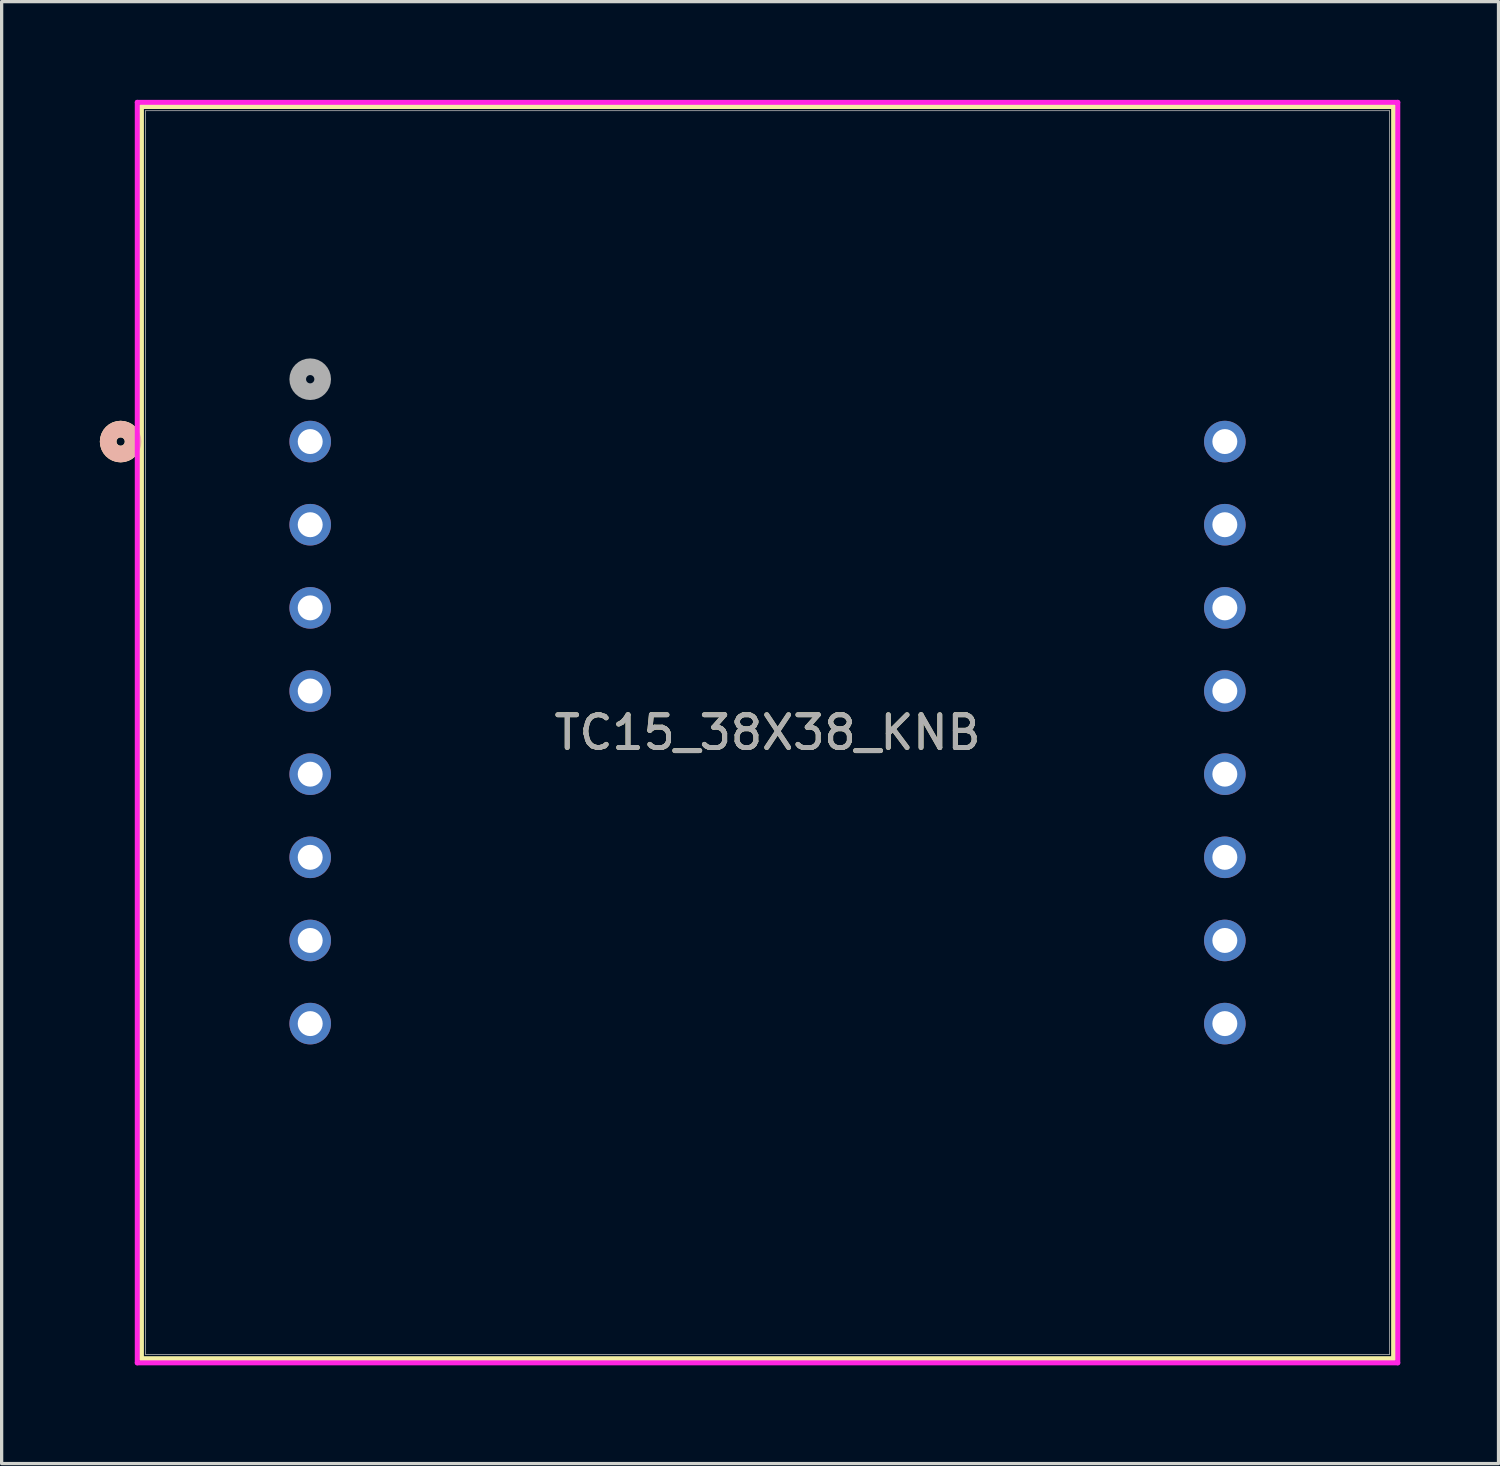
<source format=kicad_pcb>
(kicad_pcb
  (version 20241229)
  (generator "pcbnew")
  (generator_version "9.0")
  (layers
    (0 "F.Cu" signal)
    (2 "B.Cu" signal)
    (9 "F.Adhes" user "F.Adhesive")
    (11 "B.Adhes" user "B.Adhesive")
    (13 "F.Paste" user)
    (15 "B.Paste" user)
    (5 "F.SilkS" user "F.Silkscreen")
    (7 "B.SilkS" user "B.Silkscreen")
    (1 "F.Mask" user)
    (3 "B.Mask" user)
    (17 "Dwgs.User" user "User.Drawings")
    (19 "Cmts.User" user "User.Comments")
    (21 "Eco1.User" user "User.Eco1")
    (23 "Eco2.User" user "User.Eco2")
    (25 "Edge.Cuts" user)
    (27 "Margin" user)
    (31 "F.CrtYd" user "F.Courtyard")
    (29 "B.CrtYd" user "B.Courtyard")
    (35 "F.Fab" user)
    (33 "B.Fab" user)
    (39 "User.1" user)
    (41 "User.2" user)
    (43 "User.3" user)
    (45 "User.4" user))
  (footprint "TC15_38X38_KNB"
    (layer "F.Cu")
    (at 6.426 10.439)
    (property "Reference" "TC15_38X38_KNB" (at 13.97 8.89 0) (unlocked yes) (layer "F.SilkS") (effects (font (size 1 1) (thickness 0.15))))
    (attr through_hole)
    (fp_line (start -5.156 -10.236) (end -5.156 28.016) (stroke (width 0.152) (type solid)) (layer "F.SilkS"))
    (fp_line (start -5.156 28.016) (end 33.096 28.016) (stroke (width 0.152) (type solid)) (layer "F.SilkS"))
    (fp_line (start 33.096 -10.236) (end -5.156 -10.236) (stroke (width 0.152) (type solid)) (layer "F.SilkS"))
    (fp_line (start 33.096 28.016) (end 33.096 -10.236) (stroke (width 0.152) (type solid)) (layer "F.SilkS"))
    (fp_circle (center -5.791 0) (end -5.41 0) (stroke (width 0.508) (type solid)) (fill no) (layer "F.SilkS"))
    (fp_circle (center -5.791 0) (end -5.41 0) (stroke (width 0.508) (type solid)) (fill no) (layer "B.SilkS"))
    (fp_line (start -5.283 -10.363) (end -5.283 28.143) (stroke (width 0.152) (type solid)) (layer "F.CrtYd"))
    (fp_line (start -5.283 28.143) (end 33.223 28.143) (stroke (width 0.152) (type solid)) (layer "F.CrtYd"))
    (fp_line (start 33.223 -10.363) (end -5.283 -10.363) (stroke (width 0.152) (type solid)) (layer "F.CrtYd"))
    (fp_line (start 33.223 28.143) (end 33.223 -10.363) (stroke (width 0.152) (type solid)) (layer "F.CrtYd"))
    (fp_line (start -5.029 -10.109) (end -5.029 27.889) (stroke (width 0.025) (type solid)) (layer "F.Fab"))
    (fp_line (start -5.029 27.889) (end 32.969 27.889) (stroke (width 0.025) (type solid)) (layer "F.Fab"))
    (fp_line (start 32.969 -10.109) (end -5.029 -10.109) (stroke (width 0.025) (type solid)) (layer "F.Fab"))
    (fp_line (start 32.969 27.889) (end 32.969 -10.109) (stroke (width 0.025) (type solid)) (layer "F.Fab"))
    (fp_circle (center 0 -1.905) (end 0.381 -1.905) (stroke (width 0.508) (type solid)) (fill no) (layer "F.Fab"))
    (fp_text user "${REFERENCE}" (at 13.97 8.89 0) (unlocked yes) (layer "F.Fab") (effects (font (size 1 1) (thickness 0.15))))
    (pad "1" thru_hole circle (at 0 0) (size 1.27 1.27) (drill 0.762) (layers "*.Cu" "*.Mask"))
    (pad "2" thru_hole circle (at 0 2.54) (size 1.27 1.27) (drill 0.762) (layers "*.Cu" "*.Mask"))
    (pad "3" thru_hole circle (at 0 5.08) (size 1.27 1.27) (drill 0.762) (layers "*.Cu" "*.Mask"))
    (pad "4" thru_hole circle (at 0 7.62) (size 1.27 1.27) (drill 0.762) (layers "*.Cu" "*.Mask"))
    (pad "5" thru_hole circle (at 0 10.16) (size 1.27 1.27) (drill 0.762) (layers "*.Cu" "*.Mask"))
    (pad "6" thru_hole circle (at 0 12.7) (size 1.27 1.27) (drill 0.762) (layers "*.Cu" "*.Mask"))
    (pad "7" thru_hole circle (at 0 15.24) (size 1.27 1.27) (drill 0.762) (layers "*.Cu" "*.Mask"))
    (pad "8" thru_hole circle (at 0 17.78) (size 1.27 1.27) (drill 0.762) (layers "*.Cu" "*.Mask"))
    (pad "9" thru_hole circle (at 27.94 0) (size 1.27 1.27) (drill 0.762) (layers "*.Cu" "*.Mask"))
    (pad "10" thru_hole circle (at 27.94 2.54) (size 1.27 1.27) (drill 0.762) (layers "*.Cu" "*.Mask"))
    (pad "11" thru_hole circle (at 27.94 5.08) (size 1.27 1.27) (drill 0.762) (layers "*.Cu" "*.Mask"))
    (pad "12" thru_hole circle (at 27.94 7.62) (size 1.27 1.27) (drill 0.762) (layers "*.Cu" "*.Mask"))
    (pad "13" thru_hole circle (at 27.94 10.16) (size 1.27 1.27) (drill 0.762) (layers "*.Cu" "*.Mask"))
    (pad "14" thru_hole circle (at 27.94 12.7) (size 1.27 1.27) (drill 0.762) (layers "*.Cu" "*.Mask"))
    (pad "15" thru_hole circle (at 27.94 15.24) (size 1.27 1.27) (drill 0.762) (layers "*.Cu" "*.Mask"))
    (pad "16" thru_hole circle (at 27.94 17.78) (size 1.27 1.27) (drill 0.762) (layers "*.Cu" "*.Mask")))
  (gr_rect
    (start -3 -3)
    (end 42.726 41.659)
    (stroke (width 0.1) (type default))
    (fill no)
    (layer "Edge.Cuts")))
</source>
